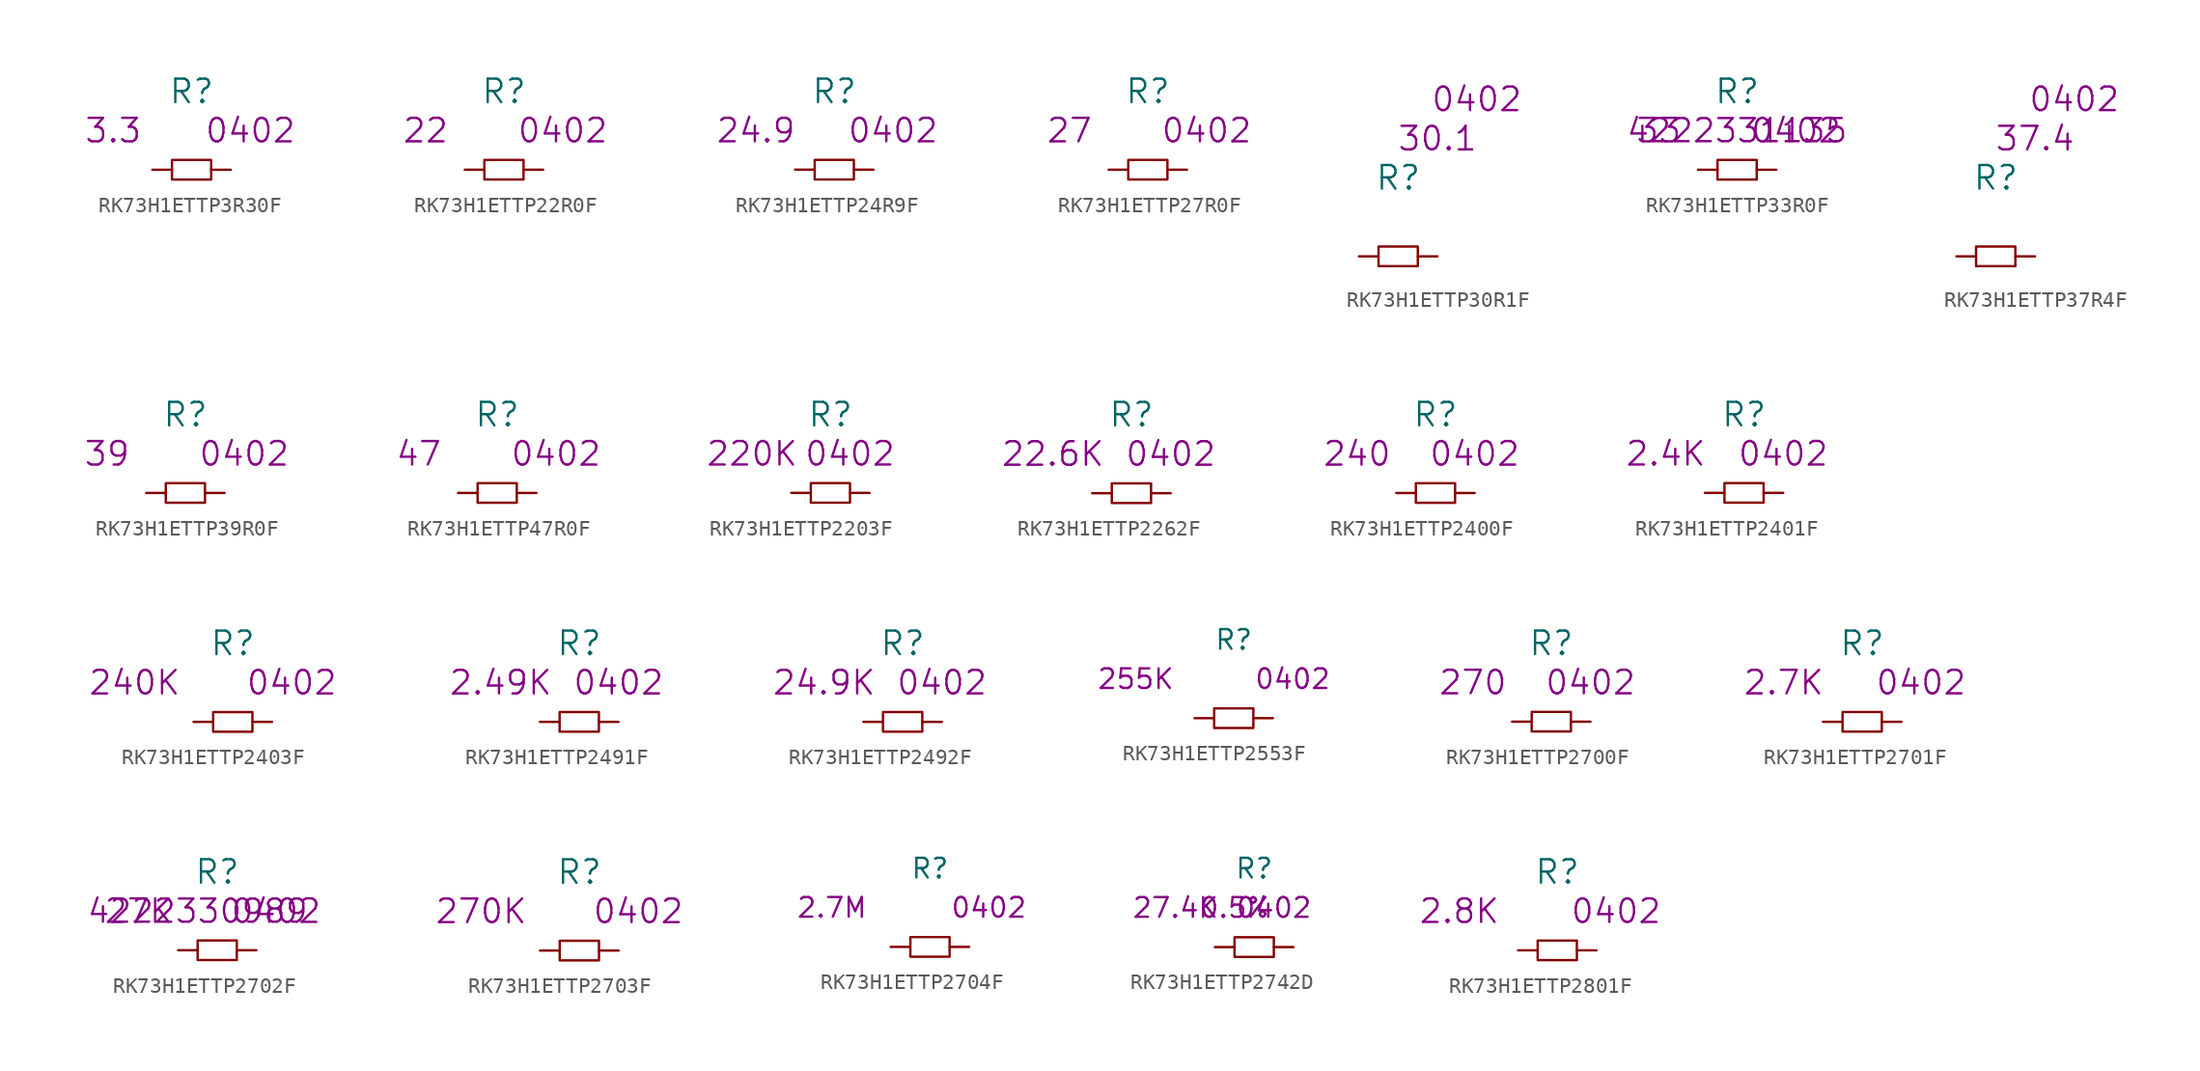
<source format=kicad_sym>
(kicad_symbol_lib
  (version 20220914)
  (generator kicad_symbol_editor)
  (symbol "RK73H1ETTP3R30F"
    (pin_numbers hide)
    (pin_names
      (offset 1.016) hide)
    (property "Reference" "R"
      (at 0 5.08 0)
      (effects (font (size 1.524 1.524))))
    (property "Datasheet" ""
      (at 0 5.08 0)
      (effects (font (size 1.524 1.524))))
    (property "Value2" "3.3"
      (at -5.08 2.54 0)
      (effects (font (size 1.524 1.524))))
    (property "Size" "0402"
      (at 3.81 2.54 0)
      (effects (font (size 1.524 1.524))))
    (symbol "RK73H1ETTP3R30F_0_1"
      (rectangle (start -1.27 0.635) (end 1.27 -0.635) (stroke (width 0) (type solid)) (fill (type none))))
    (symbol "RK73H1ETTP3R30F_1_1"
      (pin passive line (at -2.54 0 0) (length 1.27) (name "1" (effects (font (size 1.27 1.27)))) (number "1" (effects (font (size 1.27 1.27)))))
      (pin passive line (at 2.54 0 180) (length 1.27) (name "2" (effects (font (size 1.27 1.27)))) (number "2" (effects (font (size 1.27 1.27)))))))
  (symbol "RK73H1ETTP22R0F"
    (pin_numbers hide)
    (pin_names
      (offset 1.016) hide)
    (property "Reference" "R"
      (at 0 5.08 0)
      (effects (font (size 1.524 1.524))))
    (property "Datasheet" ""
      (at 0 5.08 0)
      (effects (font (size 1.524 1.524))))
    (property "Value2" "22"
      (at -5.08 2.54 0)
      (effects (font (size 1.524 1.524))))
    (property "Size" "0402"
      (at 3.81 2.54 0)
      (effects (font (size 1.524 1.524))))
    (symbol "RK73H1ETTP22R0F_0_1"
      (rectangle (start -1.27 0.635) (end 1.27 -0.635) (stroke (width 0) (type solid)) (fill (type none))))
    (symbol "RK73H1ETTP22R0F_1_1"
      (pin passive line (at -2.54 0 0) (length 1.27) (name "1" (effects (font (size 1.27 1.27)))) (number "1" (effects (font (size 1.27 1.27)))))
      (pin passive line (at 2.54 0 180) (length 1.27) (name "2" (effects (font (size 1.27 1.27)))) (number "2" (effects (font (size 1.27 1.27)))))))
  (symbol "RK73H1ETTP24R9F"
    (pin_numbers hide)
    (pin_names
      (offset 1.016) hide)
    (property "Reference" "R"
      (at 0 5.08 0)
      (effects (font (size 1.524 1.524))))
    (property "Value2" "24.9"
      (at -5.08 2.54 0)
      (effects (font (size 1.524 1.524))))
    (property "Size" "0402"
      (at 3.81 2.54 0)
      (effects (font (size 1.524 1.524))))
    (symbol "RK73H1ETTP24R9F_0_1"
      (rectangle (start -1.27 0.635) (end 1.27 -0.635) (stroke (width 0) (type solid)) (fill (type none))))
    (symbol "RK73H1ETTP24R9F_1_1"
      (pin passive line (at -2.54 0 0) (length 1.27) (name "1" (effects (font (size 1.27 1.27)))) (number "1" (effects (font (size 1.27 1.27)))))
      (pin passive line (at 2.54 0 180) (length 1.27) (name "2" (effects (font (size 1.27 1.27)))) (number "2" (effects (font (size 1.27 1.27)))))))
  (symbol "RK73H1ETTP27R0F"
    (pin_numbers hide)
    (pin_names
      (offset 1.016) hide)
    (property "Reference" "R"
      (at 0 5.08 0)
      (effects (font (size 1.524 1.524))))
    (property "Datasheet" ""
      (at 0 5.08 0)
      (effects (font (size 1.524 1.524))))
    (property "Value2" "27"
      (at -5.08 2.54 0)
      (effects (font (size 1.524 1.524))))
    (property "Size" "0402"
      (at 3.81 2.54 0)
      (effects (font (size 1.524 1.524))))
    (symbol "RK73H1ETTP27R0F_0_1"
      (rectangle (start -1.27 0.635) (end 1.27 -0.635) (stroke (width 0) (type solid)) (fill (type none))))
    (symbol "RK73H1ETTP27R0F_1_1"
      (pin passive line (at -2.54 0 0) (length 1.27) (name "1" (effects (font (size 1.27 1.27)))) (number "1" (effects (font (size 1.27 1.27)))))
      (pin passive line (at 2.54 0 180) (length 1.27) (name "2" (effects (font (size 1.27 1.27)))) (number "2" (effects (font (size 1.27 1.27)))))))
  (symbol "RK73H1ETTP30R1F"
    (pin_numbers hide)
    (pin_names
      (offset 1.016) hide)
    (property "Reference" "R"
      (at 0 5.08 0)
      (effects (font (size 1.524 1.524))))
    (property "Datasheet" ""
      (at 0 5.08 0)
      (effects (font (size 1.524 1.524))))
    (property "Value2" "30.1"
      (at 2.54 7.62 0)
      (effects (font (size 1.524 1.524))))
    (property "Size" "0402"
      (at 5.08 10.16 0)
      (effects (font (size 1.524 1.524))))
    (symbol "RK73H1ETTP30R1F_0_1"
      (rectangle (start -1.27 0.635) (end 1.27 -0.635) (stroke (width 0) (type solid)) (fill (type none))))
    (symbol "RK73H1ETTP30R1F_1_1"
      (pin passive line (at -2.54 0 0) (length 1.27) (name "1" (effects (font (size 1.27 1.27)))) (number "1" (effects (font (size 1.27 1.27)))))
      (pin passive line (at 2.54 0 180) (length 1.27) (name "2" (effects (font (size 1.27 1.27)))) (number "2" (effects (font (size 1.27 1.27)))))))
  (symbol "RK73H1ETTP33R0F"
    (pin_numbers hide)
    (pin_names
      (offset 1.016) hide)
    (property "Reference" "R"
      (at 0 5.08 0)
      (effects (font (size 1.524 1.524))))
    (property "Datasheet" ""
      (at 0 5.08 0)
      (effects (font (size 1.524 1.524))))
    (property "Value2" "33"
      (at -5.08 2.54 0)
      (effects (font (size 1.524 1.524))))
    (property "Size" "0402"
      (at 3.81 2.54 0)
      (effects (font (size 1.524 1.524))))
    (property "AC" "4222331135"
      (at 0 2.54 0)
      (effects (font (size 1.499 1.499))))
    (symbol "RK73H1ETTP33R0F_0_1"
      (rectangle (start -1.27 0.635) (end 1.27 -0.635) (stroke (width 0) (type solid)) (fill (type none))))
    (symbol "RK73H1ETTP33R0F_1_1"
      (pin passive line (at -2.54 0 0) (length 1.27) (name "1" (effects (font (size 1.27 1.27)))) (number "1" (effects (font (size 1.27 1.27)))))
      (pin passive line (at 2.54 0 180) (length 1.27) (name "2" (effects (font (size 1.27 1.27)))) (number "2" (effects (font (size 1.27 1.27)))))))
  (symbol "RK73H1ETTP37R4F"
    (pin_numbers hide)
    (pin_names
      (offset 1.016) hide)
    (property "Reference" "R"
      (at 0 5.08 0)
      (effects (font (size 1.524 1.524))))
    (property "Datasheet" ""
      (at 0 5.08 0)
      (effects (font (size 1.524 1.524))))
    (property "Value2" "37.4"
      (at 2.54 7.62 0)
      (effects (font (size 1.524 1.524))))
    (property "Size" "0402"
      (at 5.08 10.16 0)
      (effects (font (size 1.524 1.524))))
    (symbol "RK73H1ETTP37R4F_0_1"
      (rectangle (start -1.27 0.635) (end 1.27 -0.635) (stroke (width 0) (type solid)) (fill (type none))))
    (symbol "RK73H1ETTP37R4F_1_1"
      (pin passive line (at -2.54 0 0) (length 1.27) (name "1" (effects (font (size 1.27 1.27)))) (number "1" (effects (font (size 1.27 1.27)))))
      (pin passive line (at 2.54 0 180) (length 1.27) (name "2" (effects (font (size 1.27 1.27)))) (number "2" (effects (font (size 1.27 1.27)))))))
  (symbol "RK73H1ETTP39R0F"
    (pin_numbers hide)
    (pin_names
      (offset 1.016) hide)
    (property "Reference" "R"
      (at 0 5.08 0)
      (effects (font (size 1.524 1.524))))
    (property "Value2" "39"
      (at -5.08 2.54 0)
      (effects (font (size 1.524 1.524))))
    (property "Size" "0402"
      (at 3.81 2.54 0)
      (effects (font (size 1.524 1.524))))
    (symbol "RK73H1ETTP39R0F_0_1"
      (rectangle (start -1.27 0.635) (end 1.27 -0.635) (stroke (width 0) (type solid)) (fill (type none))))
    (symbol "RK73H1ETTP39R0F_1_1"
      (pin passive line (at -2.54 0 0) (length 1.27) (name "1" (effects (font (size 1.27 1.27)))) (number "1" (effects (font (size 1.27 1.27)))))
      (pin passive line (at 2.54 0 180) (length 1.27) (name "2" (effects (font (size 1.27 1.27)))) (number "2" (effects (font (size 1.27 1.27)))))))
  (symbol "RK73H1ETTP47R0F"
    (pin_numbers hide)
    (pin_names
      (offset 1.016) hide)
    (property "Reference" "R"
      (at 0 5.08 0)
      (effects (font (size 1.524 1.524))))
    (property "Value2" "47"
      (at -5.08 2.54 0)
      (effects (font (size 1.524 1.524))))
    (property "Size" "0402"
      (at 3.81 2.54 0)
      (effects (font (size 1.524 1.524))))
    (symbol "RK73H1ETTP47R0F_0_1"
      (rectangle (start -1.27 0.635) (end 1.27 -0.635) (stroke (width 0) (type solid)) (fill (type none))))
    (symbol "RK73H1ETTP47R0F_1_1"
      (pin passive line (at -2.54 0 0) (length 1.27) (name "1" (effects (font (size 1.27 1.27)))) (number "1" (effects (font (size 1.27 1.27)))))
      (pin passive line (at 2.54 0 180) (length 1.27) (name "2" (effects (font (size 1.27 1.27)))) (number "2" (effects (font (size 1.27 1.27)))))))
  (symbol "RK73H1ETTP2203F"
    (pin_numbers hide)
    (pin_names
      (offset 1.016) hide)
    (property "Reference" "R"
      (at 0 5.08 0)
      (effects (font (size 1.524 1.524))))
    (property "Value2" "220K"
      (at -5.08 2.54 0)
      (effects (font (size 1.524 1.524))))
    (property "Size" "0402"
      (at 1.27 2.54 0)
      (effects (font (size 1.524 1.524))))
    (symbol "RK73H1ETTP2203F_0_1"
      (rectangle (start -1.27 0.635) (end 1.27 -0.635) (stroke (width 0) (type solid)) (fill (type none))))
    (symbol "RK73H1ETTP2203F_1_1"
      (pin passive line (at -2.54 0 0) (length 1.27) (name "1" (effects (font (size 1.27 1.27)))) (number "1" (effects (font (size 1.27 1.27)))))
      (pin passive line (at 2.54 0 180) (length 1.27) (name "2" (effects (font (size 1.27 1.27)))) (number "2" (effects (font (size 1.27 1.27)))))))
  (symbol "RK73H1ETTP2262F"
    (pin_numbers hide)
    (pin_names
      (offset 1.016) hide)
    (property "Reference" "R"
      (at 0 5.08 0)
      (effects (font (size 1.524 1.524))))
    (property "Datasheet" ""
      (at 0 5.08 0)
      (effects (font (size 1.524 1.524))))
    (property "Value2" "22.6K"
      (at -5.08 2.54 0)
      (effects (font (size 1.524 1.524))))
    (property "Size" "0402"
      (at 2.54 2.54 0)
      (effects (font (size 1.524 1.524))))
    (symbol "RK73H1ETTP2262F_0_1"
      (rectangle (start -1.27 0.635) (end 1.27 -0.635) (stroke (width 0) (type solid)) (fill (type none))))
    (symbol "RK73H1ETTP2262F_1_1"
      (pin passive line (at -2.54 0 0) (length 1.27) (name "1" (effects (font (size 1.27 1.27)))) (number "1" (effects (font (size 1.27 1.27)))))
      (pin passive line (at 2.54 0 180) (length 1.27) (name "2" (effects (font (size 1.27 1.27)))) (number "2" (effects (font (size 1.27 1.27)))))))
  (symbol "RK73H1ETTP2400F"
    (pin_numbers hide)
    (pin_names
      (offset 1.016) hide)
    (property "Reference" "R"
      (at 0 5.08 0)
      (effects (font (size 1.524 1.524))))
    (property "Datasheet" ""
      (at 0 5.08 0)
      (effects (font (size 1.524 1.524))))
    (property "Value2" "240"
      (at -5.08 2.54 0)
      (effects (font (size 1.524 1.524))))
    (property "Size" "0402"
      (at 2.54 2.54 0)
      (effects (font (size 1.524 1.524))))
    (symbol "RK73H1ETTP2400F_0_1"
      (rectangle (start -1.27 0.635) (end 1.27 -0.635) (stroke (width 0) (type solid)) (fill (type none))))
    (symbol "RK73H1ETTP2400F_1_1"
      (pin passive line (at -2.54 0 0) (length 1.27) (name "1" (effects (font (size 1.27 1.27)))) (number "1" (effects (font (size 1.27 1.27)))))
      (pin passive line (at 2.54 0 180) (length 1.27) (name "2" (effects (font (size 1.27 1.27)))) (number "2" (effects (font (size 1.27 1.27)))))))
  (symbol "RK73H1ETTP2401F"
    (pin_numbers hide)
    (pin_names
      (offset 1.016) hide)
    (property "Reference" "R"
      (at 0 5.08 0)
      (effects (font (size 1.524 1.524))))
    (property "Datasheet" ""
      (at 0 5.08 0)
      (effects (font (size 1.524 1.524))))
    (property "Value2" "2.4K"
      (at -5.08 2.54 0)
      (effects (font (size 1.524 1.524))))
    (property "Size" "0402"
      (at 2.54 2.54 0)
      (effects (font (size 1.524 1.524))))
    (symbol "RK73H1ETTP2401F_0_1"
      (rectangle (start -1.27 0.635) (end 1.27 -0.635) (stroke (width 0) (type solid)) (fill (type none))))
    (symbol "RK73H1ETTP2401F_1_1"
      (pin passive line (at -2.54 0 0) (length 1.27) (name "1" (effects (font (size 1.27 1.27)))) (number "1" (effects (font (size 1.27 1.27)))))
      (pin passive line (at 2.54 0 180) (length 1.27) (name "2" (effects (font (size 1.27 1.27)))) (number "2" (effects (font (size 1.27 1.27)))))))
  (symbol "RK73H1ETTP2403F"
    (pin_numbers hide)
    (pin_names
      (offset 1.016) hide)
    (property "Reference" "R"
      (at 0 5.08 0)
      (effects (font (size 1.524 1.524))))
    (property "Value2" "240K"
      (at -6.35 2.54 0)
      (effects (font (size 1.524 1.524))))
    (property "Size" "0402"
      (at 3.81 2.54 0)
      (effects (font (size 1.524 1.524))))
    (symbol "RK73H1ETTP2403F_0_1"
      (rectangle (start -1.27 0.635) (end 1.27 -0.635) (stroke (width 0) (type solid)) (fill (type none))))
    (symbol "RK73H1ETTP2403F_1_1"
      (pin passive line (at -2.54 0 0) (length 1.27) (name "1" (effects (font (size 1.27 1.27)))) (number "1" (effects (font (size 1.27 1.27)))))
      (pin passive line (at 2.54 0 180) (length 1.27) (name "2" (effects (font (size 1.27 1.27)))) (number "2" (effects (font (size 1.27 1.27)))))))
  (symbol "RK73H1ETTP2491F"
    (pin_numbers hide)
    (pin_names
      (offset 1.016) hide)
    (property "Reference" "R"
      (at 0 5.08 0)
      (effects (font (size 1.524 1.524))))
    (property "Datasheet" ""
      (at 0 5.08 0)
      (effects (font (size 1.524 1.524))))
    (property "Value2" "2.49K"
      (at -5.08 2.54 0)
      (effects (font (size 1.524 1.524))))
    (property "Size" "0402"
      (at 2.54 2.54 0)
      (effects (font (size 1.524 1.524))))
    (symbol "RK73H1ETTP2491F_0_1"
      (rectangle (start -1.27 0.635) (end 1.27 -0.635) (stroke (width 0) (type solid)) (fill (type none))))
    (symbol "RK73H1ETTP2491F_1_1"
      (pin passive line (at -2.54 0 0) (length 1.27) (name "1" (effects (font (size 1.27 1.27)))) (number "1" (effects (font (size 1.27 1.27)))))
      (pin passive line (at 2.54 0 180) (length 1.27) (name "2" (effects (font (size 1.27 1.27)))) (number "2" (effects (font (size 1.27 1.27)))))))
  (symbol "RK73H1ETTP2492F"
    (pin_numbers hide)
    (pin_names
      (offset 1.016) hide)
    (property "Reference" "R"
      (at 0 5.08 0)
      (effects (font (size 1.524 1.524))))
    (property "Datasheet" ""
      (at 0 5.08 0)
      (effects (font (size 1.524 1.524))))
    (property "Value2" "24.9K"
      (at -5.08 2.54 0)
      (effects (font (size 1.524 1.524))))
    (property "Size" "0402"
      (at 2.54 2.54 0)
      (effects (font (size 1.524 1.524))))
    (symbol "RK73H1ETTP2492F_0_1"
      (rectangle (start -1.27 0.635) (end 1.27 -0.635) (stroke (width 0) (type solid)) (fill (type none))))
    (symbol "RK73H1ETTP2492F_1_1"
      (pin passive line (at -2.54 0 0) (length 1.27) (name "1" (effects (font (size 1.27 1.27)))) (number "1" (effects (font (size 1.27 1.27)))))
      (pin passive line (at 2.54 0 180) (length 1.27) (name "2" (effects (font (size 1.27 1.27)))) (number "2" (effects (font (size 1.27 1.27)))))))
  (symbol "RK73H1ETTP2553F"
    (pin_numbers hide)
    (pin_names
      (offset 1.016) hide)
    (property "Reference" "R"
      (at 0 5.08 0)
      (effects (font (size 1.27 1.27))))
    (property "Value2" "255K"
      (at -6.35 2.54 0)
      (effects (font (size 1.27 1.27))))
    (property "Size" "0402"
      (at 3.81 2.54 0)
      (effects (font (size 1.27 1.27))))
    (symbol "RK73H1ETTP2553F_0_1"
      (rectangle (start -1.27 0.635) (end 1.27 -0.635) (stroke (width 0) (type solid)) (fill (type none))))
    (symbol "RK73H1ETTP2553F_1_1"
      (pin passive line (at -2.54 0 0) (length 1.27) (name "1" (effects (font (size 1.27 1.27)))) (number "1" (effects (font (size 1.27 1.27)))))
      (pin passive line (at 2.54 0 180) (length 1.27) (name "2" (effects (font (size 1.27 1.27)))) (number "2" (effects (font (size 1.27 1.27)))))))
  (symbol "RK73H1ETTP2700F"
    (pin_numbers hide)
    (pin_names
      (offset 1.016) hide)
    (property "Reference" "R"
      (at 0 5.08 0)
      (effects (font (size 1.524 1.524))))
    (property "Datasheet" ""
      (at 0 5.08 0)
      (effects (font (size 1.524 1.524))))
    (property "Value2" "270"
      (at -5.08 2.54 0)
      (effects (font (size 1.524 1.524))))
    (property "Size" "0402"
      (at 2.54 2.54 0)
      (effects (font (size 1.524 1.524))))
    (symbol "RK73H1ETTP2700F_0_1"
      (rectangle (start -1.27 0.635) (end 1.27 -0.635) (stroke (width 0) (type solid)) (fill (type none))))
    (symbol "RK73H1ETTP2700F_1_1"
      (pin passive line (at -2.54 0 0) (length 1.27) (name "1" (effects (font (size 1.27 1.27)))) (number "1" (effects (font (size 1.27 1.27)))))
      (pin passive line (at 2.54 0 180) (length 1.27) (name "2" (effects (font (size 1.27 1.27)))) (number "2" (effects (font (size 1.27 1.27)))))))
  (symbol "RK73H1ETTP2701F"
    (pin_numbers hide)
    (pin_names
      (offset 1.016) hide)
    (property "Reference" "R"
      (at 0 5.08 0)
      (effects (font (size 1.524 1.524))))
    (property "Datasheet" ""
      (at 0 0 0)
      (effects (font (size 1.524 1.524))))
    (property "Value2" "2.7K"
      (at -5.08 2.54 0)
      (effects (font (size 1.524 1.524))))
    (property "Size" "0402"
      (at 3.81 2.54 0)
      (effects (font (size 1.524 1.524))))
    (symbol "RK73H1ETTP2701F_0_1"
      (rectangle (start -1.27 0.635) (end 1.27 -0.635) (stroke (width 0) (type solid)) (fill (type none))))
    (symbol "RK73H1ETTP2701F_1_1"
      (pin passive line (at -2.54 0 0) (length 1.27) (name "1" (effects (font (size 1.27 1.27)))) (number "1" (effects (font (size 1.27 1.27)))))
      (pin passive line (at 2.54 0 180) (length 1.27) (name "2" (effects (font (size 1.27 1.27)))) (number "2" (effects (font (size 1.27 1.27)))))))
  (symbol "RK73H1ETTP2702F"
    (pin_numbers hide)
    (pin_names
      (offset 1.016) hide)
    (property "Reference" "R"
      (at 0 5.08 0)
      (effects (font (size 1.524 1.524))))
    (property "Datasheet" ""
      (at 0 0 0)
      (effects (font (size 1.524 1.524))))
    (property "Value2" "27K"
      (at -5.08 2.54 0)
      (effects (font (size 1.524 1.524))))
    (property "Size" "0402"
      (at 3.81 2.54 0)
      (effects (font (size 1.524 1.524))))
    (property "AC" "4222330989"
      (at -1.27 2.54 0)
      (effects (font (size 1.499 1.499))))
    (symbol "RK73H1ETTP2702F_0_1"
      (rectangle (start -1.27 0.635) (end 1.27 -0.635) (stroke (width 0) (type solid)) (fill (type none))))
    (symbol "RK73H1ETTP2702F_1_1"
      (pin passive line (at -2.54 0 0) (length 1.27) (name "1" (effects (font (size 1.27 1.27)))) (number "1" (effects (font (size 1.27 1.27)))))
      (pin passive line (at 2.54 0 180) (length 1.27) (name "2" (effects (font (size 1.27 1.27)))) (number "2" (effects (font (size 1.27 1.27)))))))
  (symbol "RK73H1ETTP2703F"
    (pin_numbers hide)
    (pin_names
      (offset 1.016) hide)
    (property "Reference" "R"
      (at 0 5.08 0)
      (effects (font (size 1.524 1.524))))
    (property "Datasheet" ""
      (at 0 5.08 0)
      (effects (font (size 1.524 1.524))))
    (property "Value2" "270K"
      (at -6.35 2.54 0)
      (effects (font (size 1.524 1.524))))
    (property "Size" "0402"
      (at 3.81 2.54 0)
      (effects (font (size 1.524 1.524))))
    (symbol "RK73H1ETTP2703F_0_1"
      (rectangle (start -1.27 0.635) (end 1.27 -0.635) (stroke (width 0) (type solid)) (fill (type none))))
    (symbol "RK73H1ETTP2703F_1_1"
      (pin passive line (at -2.54 0 0) (length 1.27) (name "1" (effects (font (size 1.27 1.27)))) (number "1" (effects (font (size 1.27 1.27)))))
      (pin passive line (at 2.54 0 180) (length 1.27) (name "2" (effects (font (size 1.27 1.27)))) (number "2" (effects (font (size 1.27 1.27)))))))
  (symbol "RK73H1ETTP2704F"
    (pin_numbers hide)
    (pin_names
      (offset 1.016) hide)
    (property "Reference" "R"
      (at 0 5.08 0)
      (effects (font (size 1.27 1.27))))
    (property "Datasheet" ""
      (at 0 5.08 0)
      (effects (font (size 1.524 1.524))))
    (property "Value2" "2.7M"
      (at -6.35 2.54 0)
      (effects (font (size 1.27 1.27))))
    (property "Size" "0402"
      (at 3.81 2.54 0)
      (effects (font (size 1.27 1.27))))
    (symbol "RK73H1ETTP2704F_0_1"
      (rectangle (start -1.27 0.635) (end 1.27 -0.635) (stroke (width 0) (type solid)) (fill (type none))))
    (symbol "RK73H1ETTP2704F_1_1"
      (pin passive line (at -2.54 0 0) (length 1.27) (name "1" (effects (font (size 1.27 1.27)))) (number "1" (effects (font (size 1.27 1.27)))))
      (pin passive line (at 2.54 0 180) (length 1.27) (name "2" (effects (font (size 1.27 1.27)))) (number "2" (effects (font (size 1.27 1.27)))))))
  (symbol "RK73H1ETTP2742D"
    (pin_numbers hide)
    (pin_names
      (offset 1.016) hide)
    (property "Reference" "R"
      (at 0 5.08 0)
      (effects (font (size 1.27 1.27))))
    (property "Value2" "27.4K"
      (at -5.08 2.54 0)
      (effects (font (size 1.27 1.27))))
    (property "Size" "0402"
      (at 1.27 2.54 0)
      (effects (font (size 1.27 1.27))))
    (property "Tolerance" "0.5%"
      (at -1.27 2.54 0)
      (effects (font (size 1.27 1.27))))
    (symbol "RK73H1ETTP2742D_0_1"
      (rectangle (start -1.27 0.635) (end 1.27 -0.635) (stroke (width 0) (type solid)) (fill (type none))))
    (symbol "RK73H1ETTP2742D_1_1"
      (pin passive line (at -2.54 0 0) (length 1.27) (name "1" (effects (font (size 1.27 1.27)))) (number "1" (effects (font (size 1.27 1.27)))))
      (pin passive line (at 2.54 0 180) (length 1.27) (name "2" (effects (font (size 1.27 1.27)))) (number "2" (effects (font (size 1.27 1.27)))))))
  (symbol "RK73H1ETTP2801F"
    (pin_numbers hide)
    (pin_names
      (offset 1.016) hide)
    (property "Reference" "R"
      (at 0 5.08 0)
      (effects (font (size 1.524 1.524))))
    (property "Datasheet" ""
      (at 0 5.08 0)
      (effects (font (size 1.524 1.524))))
    (property "Value2" "2.8K"
      (at -6.35 2.54 0)
      (effects (font (size 1.524 1.524))))
    (property "Size" "0402"
      (at 3.81 2.54 0)
      (effects (font (size 1.524 1.524))))
    (symbol "RK73H1ETTP2801F_0_1"
      (rectangle (start -1.27 0.635) (end 1.27 -0.635) (stroke (width 0) (type solid)) (fill (type none))))
    (symbol "RK73H1ETTP2801F_1_1"
      (pin passive line (at -2.54 0 0) (length 1.27) (name "1" (effects (font (size 1.27 1.27)))) (number "1" (effects (font (size 1.27 1.27)))))
      (pin passive line (at 2.54 0 180) (length 1.27) (name "2" (effects (font (size 1.27 1.27)))) (number "2" (effects (font (size 1.27 1.27))))))))
</source>
